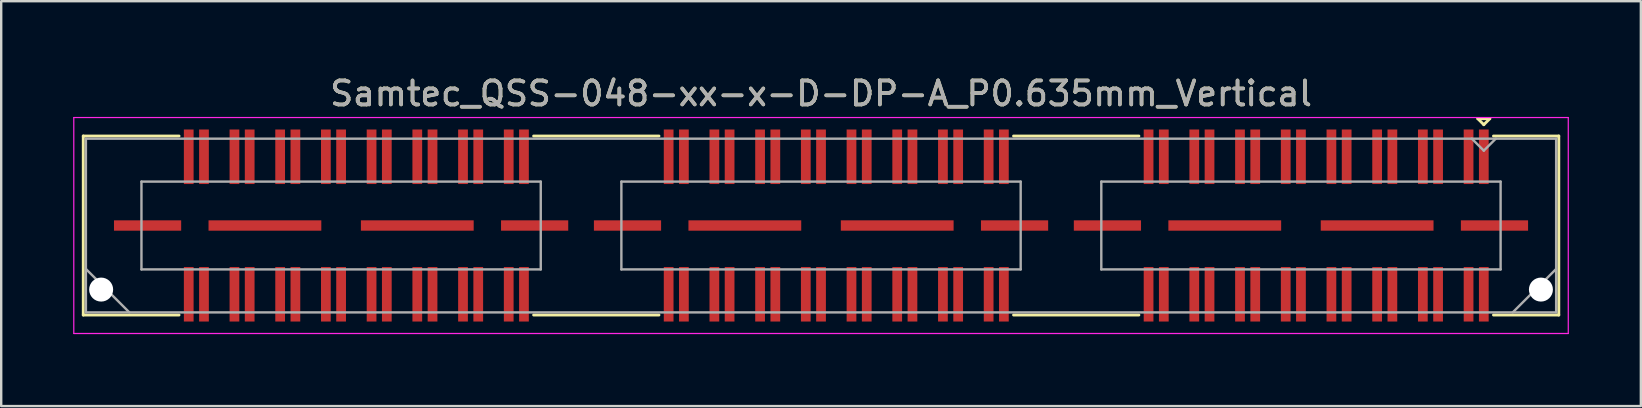
<source format=kicad_pcb>
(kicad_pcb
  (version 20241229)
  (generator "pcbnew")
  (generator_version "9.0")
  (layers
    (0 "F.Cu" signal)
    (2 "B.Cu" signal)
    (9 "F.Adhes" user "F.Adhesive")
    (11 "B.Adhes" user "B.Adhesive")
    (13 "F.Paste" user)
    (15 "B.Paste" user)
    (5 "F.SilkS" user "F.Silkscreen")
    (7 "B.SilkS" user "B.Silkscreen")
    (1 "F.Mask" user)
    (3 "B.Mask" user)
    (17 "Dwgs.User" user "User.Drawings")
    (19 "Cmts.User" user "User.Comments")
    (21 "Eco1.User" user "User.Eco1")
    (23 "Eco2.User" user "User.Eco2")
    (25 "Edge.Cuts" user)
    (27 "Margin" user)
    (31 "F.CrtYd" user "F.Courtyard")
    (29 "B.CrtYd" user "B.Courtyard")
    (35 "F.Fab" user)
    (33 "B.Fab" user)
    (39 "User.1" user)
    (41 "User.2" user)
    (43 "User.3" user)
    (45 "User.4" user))
  (footprint "Samtec_QSS-048-xx-x-D-DP-A_P0.635mm_Vertical"
    (layer "F.Cu")
    (at 31.165 6.348)
    (property "Reference" "Samtec_QSS-048-xx-x-D-DP-A_P0.635mm_Vertical" (at 0 -5.5 0) (layer "F.SilkS") (effects (font (size 1 1) (thickness 0.15))))
    (attr smd)
    (fp_line (start -30.745 -3.73) (end -26.753 -3.73) (stroke (width 0.12) (type solid)) (layer "F.SilkS"))
    (fp_line (start -30.745 3.73) (end -30.745 -3.73) (stroke (width 0.12) (type solid)) (layer "F.SilkS"))
    (fp_line (start -26.753 3.73) (end -30.745 3.73) (stroke (width 0.12) (type solid)) (layer "F.SilkS"))
    (fp_line (start -6.753 -3.73) (end -11.977 -3.73) (stroke (width 0.12) (type solid)) (layer "F.SilkS"))
    (fp_line (start -6.753 3.73) (end -11.977 3.73) (stroke (width 0.12) (type solid)) (layer "F.SilkS"))
    (fp_line (start 13.247 -3.73) (end 8.023 -3.73) (stroke (width 0.12) (type solid)) (layer "F.SilkS"))
    (fp_line (start 13.247 3.73) (end 8.023 3.73) (stroke (width 0.12) (type solid)) (layer "F.SilkS"))
    (fp_line (start 27.37 -4.452) (end 27.87 -4.452) (stroke (width 0.12) (type solid)) (layer "F.SilkS"))
    (fp_line (start 27.62 -4.202) (end 27.37 -4.452) (stroke (width 0.12) (type solid)) (layer "F.SilkS"))
    (fp_line (start 27.87 -4.452) (end 27.62 -4.202) (stroke (width 0.12) (type solid)) (layer "F.SilkS"))
    (fp_line (start 28.023 3.73) (end 30.745 3.73) (stroke (width 0.12) (type solid)) (layer "F.SilkS"))
    (fp_line (start 30.745 -3.73) (end 28.023 -3.73) (stroke (width 0.12) (type solid)) (layer "F.SilkS"))
    (fp_line (start 30.745 3.73) (end 30.745 -3.73) (stroke (width 0.12) (type solid)) (layer "F.SilkS"))
    (fp_line (start -31.14 -4.5) (end -31.14 4.5) (stroke (width 0.05) (type solid)) (layer "F.CrtYd"))
    (fp_line (start -31.14 4.5) (end 31.14 4.5) (stroke (width 0.05) (type solid)) (layer "F.CrtYd"))
    (fp_line (start 31.14 -4.5) (end -31.14 -4.5) (stroke (width 0.05) (type solid)) (layer "F.CrtYd"))
    (fp_line (start 31.14 4.5) (end 31.14 -4.5) (stroke (width 0.05) (type solid)) (layer "F.CrtYd"))
    (fp_line (start -30.635 -3.62) (end -30.635 3.62) (stroke (width 0.1) (type solid)) (layer "F.Fab"))
    (fp_line (start -30.635 1.81) (end -28.825 3.62) (stroke (width 0.1) (type solid)) (layer "F.Fab"))
    (fp_line (start -30.635 3.62) (end 30.635 3.62) (stroke (width 0.1) (type solid)) (layer "F.Fab"))
    (fp_line (start -28.32 -1.83) (end -28.32 1.83) (stroke (width 0.1) (type solid)) (layer "F.Fab"))
    (fp_line (start -28.32 1.83) (end -11.68 1.83) (stroke (width 0.1) (type solid)) (layer "F.Fab"))
    (fp_line (start -11.68 -1.83) (end -28.32 -1.83) (stroke (width 0.1) (type solid)) (layer "F.Fab"))
    (fp_line (start -11.68 1.83) (end -11.68 -1.83) (stroke (width 0.1) (type solid)) (layer "F.Fab"))
    (fp_line (start -8.32 -1.83) (end -8.32 1.83) (stroke (width 0.1) (type solid)) (layer "F.Fab"))
    (fp_line (start -8.32 1.83) (end 8.32 1.83) (stroke (width 0.1) (type solid)) (layer "F.Fab"))
    (fp_line (start 8.32 -1.83) (end -8.32 -1.83) (stroke (width 0.1) (type solid)) (layer "F.Fab"))
    (fp_line (start 8.32 1.83) (end 8.32 -1.83) (stroke (width 0.1) (type solid)) (layer "F.Fab"))
    (fp_line (start 11.68 -1.83) (end 11.68 1.83) (stroke (width 0.1) (type solid)) (layer "F.Fab"))
    (fp_line (start 11.68 1.83) (end 28.32 1.83) (stroke (width 0.1) (type solid)) (layer "F.Fab"))
    (fp_line (start 27.62 -3.12) (end 27.12 -3.62) (stroke (width 0.1) (type solid)) (layer "F.Fab"))
    (fp_line (start 28.12 -3.62) (end 27.62 -3.12) (stroke (width 0.1) (type solid)) (layer "F.Fab"))
    (fp_line (start 28.32 -1.83) (end 11.68 -1.83) (stroke (width 0.1) (type solid)) (layer "F.Fab"))
    (fp_line (start 28.32 1.83) (end 28.32 -1.83) (stroke (width 0.1) (type solid)) (layer "F.Fab"))
    (fp_line (start 30.635 -3.62) (end -30.635 -3.62) (stroke (width 0.1) (type solid)) (layer "F.Fab"))
    (fp_line (start 30.635 1.81) (end 28.825 3.62) (stroke (width 0.1) (type solid)) (layer "F.Fab"))
    (fp_line (start 30.635 3.62) (end 30.635 -3.62) (stroke (width 0.1) (type solid)) (layer "F.Fab"))
    (fp_text user "${REFERENCE}" (at 0 -5.5 0) (layer "F.Fab") (effects (font (size 1 1) (thickness 0.15))))
    (pad "" np_thru_hole circle (at -30 2.67) (size 1 1) (drill 1) (layers "*.Cu" "*.Mask"))
    (pad "" np_thru_hole circle (at 30 2.67) (size 1 1) (drill 1) (layers "*.Cu" "*.Mask"))
    (pad "1" smd rect (at 27.62 -2.865) (size 0.406 2.273) (layers "F.Cu" "F.Mask" "F.Paste"))
    (pad "2" smd rect (at 27.62 2.865) (size 0.406 2.273) (layers "F.Cu" "F.Mask" "F.Paste"))
    (pad "3" smd rect (at 26.985 -2.865) (size 0.406 2.273) (layers "F.Cu" "F.Mask" "F.Paste"))
    (pad "4" smd rect (at 26.985 2.865) (size 0.406 2.273) (layers "F.Cu" "F.Mask" "F.Paste"))
    (pad "5" smd rect (at 25.715 -2.865) (size 0.406 2.273) (layers "F.Cu" "F.Mask" "F.Paste"))
    (pad "6" smd rect (at 25.715 2.865) (size 0.406 2.273) (layers "F.Cu" "F.Mask" "F.Paste"))
    (pad "7" smd rect (at 25.08 -2.865) (size 0.406 2.273) (layers "F.Cu" "F.Mask" "F.Paste"))
    (pad "8" smd rect (at 25.08 2.865) (size 0.406 2.273) (layers "F.Cu" "F.Mask" "F.Paste"))
    (pad "9" smd rect (at 23.81 -2.865) (size 0.406 2.273) (layers "F.Cu" "F.Mask" "F.Paste"))
    (pad "10" smd rect (at 23.81 2.865) (size 0.406 2.273) (layers "F.Cu" "F.Mask" "F.Paste"))
    (pad "11" smd rect (at 23.175 -2.865) (size 0.406 2.273) (layers "F.Cu" "F.Mask" "F.Paste"))
    (pad "12" smd rect (at 23.175 2.865) (size 0.406 2.273) (layers "F.Cu" "F.Mask" "F.Paste"))
    (pad "13" smd rect (at 21.905 -2.865) (size 0.406 2.273) (layers "F.Cu" "F.Mask" "F.Paste"))
    (pad "14" smd rect (at 21.905 2.865) (size 0.406 2.273) (layers "F.Cu" "F.Mask" "F.Paste"))
    (pad "15" smd rect (at 21.27 -2.865) (size 0.406 2.273) (layers "F.Cu" "F.Mask" "F.Paste"))
    (pad "16" smd rect (at 21.27 2.865) (size 0.406 2.273) (layers "F.Cu" "F.Mask" "F.Paste"))
    (pad "17" smd rect (at 20 -2.865) (size 0.406 2.273) (layers "F.Cu" "F.Mask" "F.Paste"))
    (pad "18" smd rect (at 20 2.865) (size 0.406 2.273) (layers "F.Cu" "F.Mask" "F.Paste"))
    (pad "19" smd rect (at 19.365 -2.865) (size 0.406 2.273) (layers "F.Cu" "F.Mask" "F.Paste"))
    (pad "20" smd rect (at 19.365 2.865) (size 0.406 2.273) (layers "F.Cu" "F.Mask" "F.Paste"))
    (pad "21" smd rect (at 18.095 -2.865) (size 0.406 2.273) (layers "F.Cu" "F.Mask" "F.Paste"))
    (pad "22" smd rect (at 18.095 2.865) (size 0.406 2.273) (layers "F.Cu" "F.Mask" "F.Paste"))
    (pad "23" smd rect (at 17.46 -2.865) (size 0.406 2.273) (layers "F.Cu" "F.Mask" "F.Paste"))
    (pad "24" smd rect (at 17.46 2.865) (size 0.406 2.273) (layers "F.Cu" "F.Mask" "F.Paste"))
    (pad "25" smd rect (at 16.19 -2.865) (size 0.406 2.273) (layers "F.Cu" "F.Mask" "F.Paste"))
    (pad "26" smd rect (at 16.19 2.865) (size 0.406 2.273) (layers "F.Cu" "F.Mask" "F.Paste"))
    (pad "27" smd rect (at 15.555 -2.865) (size 0.406 2.273) (layers "F.Cu" "F.Mask" "F.Paste"))
    (pad "28" smd rect (at 15.555 2.865) (size 0.406 2.273) (layers "F.Cu" "F.Mask" "F.Paste"))
    (pad "29" smd rect (at 14.285 -2.865) (size 0.406 2.273) (layers "F.Cu" "F.Mask" "F.Paste"))
    (pad "30" smd rect (at 14.285 2.865) (size 0.406 2.273) (layers "F.Cu" "F.Mask" "F.Paste"))
    (pad "31" smd rect (at 13.65 -2.865) (size 0.406 2.273) (layers "F.Cu" "F.Mask" "F.Paste"))
    (pad "32" smd rect (at 13.65 2.865) (size 0.406 2.273) (layers "F.Cu" "F.Mask" "F.Paste"))
    (pad "33" smd rect (at 7.62 -2.865) (size 0.406 2.273) (layers "F.Cu" "F.Mask" "F.Paste"))
    (pad "34" smd rect (at 7.62 2.865) (size 0.406 2.273) (layers "F.Cu" "F.Mask" "F.Paste"))
    (pad "35" smd rect (at 6.985 -2.865) (size 0.406 2.273) (layers "F.Cu" "F.Mask" "F.Paste"))
    (pad "36" smd rect (at 6.985 2.865) (size 0.406 2.273) (layers "F.Cu" "F.Mask" "F.Paste"))
    (pad "37" smd rect (at 5.715 -2.865) (size 0.406 2.273) (layers "F.Cu" "F.Mask" "F.Paste"))
    (pad "38" smd rect (at 5.715 2.865) (size 0.406 2.273) (layers "F.Cu" "F.Mask" "F.Paste"))
    (pad "39" smd rect (at 5.08 -2.865) (size 0.406 2.273) (layers "F.Cu" "F.Mask" "F.Paste"))
    (pad "40" smd rect (at 5.08 2.865) (size 0.406 2.273) (layers "F.Cu" "F.Mask" "F.Paste"))
    (pad "41" smd rect (at 3.81 -2.865) (size 0.406 2.273) (layers "F.Cu" "F.Mask" "F.Paste"))
    (pad "42" smd rect (at 3.81 2.865) (size 0.406 2.273) (layers "F.Cu" "F.Mask" "F.Paste"))
    (pad "43" smd rect (at 3.175 -2.865) (size 0.406 2.273) (layers "F.Cu" "F.Mask" "F.Paste"))
    (pad "44" smd rect (at 3.175 2.865) (size 0.406 2.273) (layers "F.Cu" "F.Mask" "F.Paste"))
    (pad "45" smd rect (at 1.905 -2.865) (size 0.406 2.273) (layers "F.Cu" "F.Mask" "F.Paste"))
    (pad "46" smd rect (at 1.905 2.865) (size 0.406 2.273) (layers "F.Cu" "F.Mask" "F.Paste"))
    (pad "47" smd rect (at 1.27 -2.865) (size 0.406 2.273) (layers "F.Cu" "F.Mask" "F.Paste"))
    (pad "48" smd rect (at 1.27 2.865) (size 0.406 2.273) (layers "F.Cu" "F.Mask" "F.Paste"))
    (pad "49" smd rect (at 0 -2.865) (size 0.406 2.273) (layers "F.Cu" "F.Mask" "F.Paste"))
    (pad "50" smd rect (at 0 2.865) (size 0.406 2.273) (layers "F.Cu" "F.Mask" "F.Paste"))
    (pad "51" smd rect (at -0.635 -2.865) (size 0.406 2.273) (layers "F.Cu" "F.Mask" "F.Paste"))
    (pad "52" smd rect (at -0.635 2.865) (size 0.406 2.273) (layers "F.Cu" "F.Mask" "F.Paste"))
    (pad "53" smd rect (at -1.905 -2.865) (size 0.406 2.273) (layers "F.Cu" "F.Mask" "F.Paste"))
    (pad "54" smd rect (at -1.905 2.865) (size 0.406 2.273) (layers "F.Cu" "F.Mask" "F.Paste"))
    (pad "55" smd rect (at -2.54 -2.865) (size 0.406 2.273) (layers "F.Cu" "F.Mask" "F.Paste"))
    (pad "56" smd rect (at -2.54 2.865) (size 0.406 2.273) (layers "F.Cu" "F.Mask" "F.Paste"))
    (pad "57" smd rect (at -3.81 -2.865) (size 0.406 2.273) (layers "F.Cu" "F.Mask" "F.Paste"))
    (pad "58" smd rect (at -3.81 2.865) (size 0.406 2.273) (layers "F.Cu" "F.Mask" "F.Paste"))
    (pad "59" smd rect (at -4.445 -2.865) (size 0.406 2.273) (layers "F.Cu" "F.Mask" "F.Paste"))
    (pad "60" smd rect (at -4.445 2.865) (size 0.406 2.273) (layers "F.Cu" "F.Mask" "F.Paste"))
    (pad "61" smd rect (at -5.715 -2.865) (size 0.406 2.273) (layers "F.Cu" "F.Mask" "F.Paste"))
    (pad "62" smd rect (at -5.715 2.865) (size 0.406 2.273) (layers "F.Cu" "F.Mask" "F.Paste"))
    (pad "63" smd rect (at -6.35 -2.865) (size 0.406 2.273) (layers "F.Cu" "F.Mask" "F.Paste"))
    (pad "64" smd rect (at -6.35 2.865) (size 0.406 2.273) (layers "F.Cu" "F.Mask" "F.Paste"))
    (pad "65" smd rect (at -12.38 -2.865) (size 0.406 2.273) (layers "F.Cu" "F.Mask" "F.Paste"))
    (pad "66" smd rect (at -12.38 2.865) (size 0.406 2.273) (layers "F.Cu" "F.Mask" "F.Paste"))
    (pad "67" smd rect (at -13.015 -2.865) (size 0.406 2.273) (layers "F.Cu" "F.Mask" "F.Paste"))
    (pad "68" smd rect (at -13.015 2.865) (size 0.406 2.273) (layers "F.Cu" "F.Mask" "F.Paste"))
    (pad "69" smd rect (at -14.285 -2.865) (size 0.406 2.273) (layers "F.Cu" "F.Mask" "F.Paste"))
    (pad "70" smd rect (at -14.285 2.865) (size 0.406 2.273) (layers "F.Cu" "F.Mask" "F.Paste"))
    (pad "71" smd rect (at -14.92 -2.865) (size 0.406 2.273) (layers "F.Cu" "F.Mask" "F.Paste"))
    (pad "72" smd rect (at -14.92 2.865) (size 0.406 2.273) (layers "F.Cu" "F.Mask" "F.Paste"))
    (pad "73" smd rect (at -16.19 -2.865) (size 0.406 2.273) (layers "F.Cu" "F.Mask" "F.Paste"))
    (pad "74" smd rect (at -16.19 2.865) (size 0.406 2.273) (layers "F.Cu" "F.Mask" "F.Paste"))
    (pad "75" smd rect (at -16.825 -2.865) (size 0.406 2.273) (layers "F.Cu" "F.Mask" "F.Paste"))
    (pad "76" smd rect (at -16.825 2.865) (size 0.406 2.273) (layers "F.Cu" "F.Mask" "F.Paste"))
    (pad "77" smd rect (at -18.095 -2.865) (size 0.406 2.273) (layers "F.Cu" "F.Mask" "F.Paste"))
    (pad "78" smd rect (at -18.095 2.865) (size 0.406 2.273) (layers "F.Cu" "F.Mask" "F.Paste"))
    (pad "79" smd rect (at -18.73 -2.865) (size 0.406 2.273) (layers "F.Cu" "F.Mask" "F.Paste"))
    (pad "80" smd rect (at -18.73 2.865) (size 0.406 2.273) (layers "F.Cu" "F.Mask" "F.Paste"))
    (pad "81" smd rect (at -20 -2.865) (size 0.406 2.273) (layers "F.Cu" "F.Mask" "F.Paste"))
    (pad "82" smd rect (at -20 2.865) (size 0.406 2.273) (layers "F.Cu" "F.Mask" "F.Paste"))
    (pad "83" smd rect (at -20.635 -2.865) (size 0.406 2.273) (layers "F.Cu" "F.Mask" "F.Paste"))
    (pad "84" smd rect (at -20.635 2.865) (size 0.406 2.273) (layers "F.Cu" "F.Mask" "F.Paste"))
    (pad "85" smd rect (at -21.905 -2.865) (size 0.406 2.273) (layers "F.Cu" "F.Mask" "F.Paste"))
    (pad "86" smd rect (at -21.905 2.865) (size 0.406 2.273) (layers "F.Cu" "F.Mask" "F.Paste"))
    (pad "87" smd rect (at -22.54 -2.865) (size 0.406 2.273) (layers "F.Cu" "F.Mask" "F.Paste"))
    (pad "88" smd rect (at -22.54 2.865) (size 0.406 2.273) (layers "F.Cu" "F.Mask" "F.Paste"))
    (pad "89" smd rect (at -23.81 -2.865) (size 0.406 2.273) (layers "F.Cu" "F.Mask" "F.Paste"))
    (pad "90" smd rect (at -23.81 2.865) (size 0.406 2.273) (layers "F.Cu" "F.Mask" "F.Paste"))
    (pad "91" smd rect (at -24.445 -2.865) (size 0.406 2.273) (layers "F.Cu" "F.Mask" "F.Paste"))
    (pad "92" smd rect (at -24.445 2.865) (size 0.406 2.273) (layers "F.Cu" "F.Mask" "F.Paste"))
    (pad "93" smd rect (at -25.715 -2.865) (size 0.406 2.273) (layers "F.Cu" "F.Mask" "F.Paste"))
    (pad "94" smd rect (at -25.715 2.865) (size 0.406 2.273) (layers "F.Cu" "F.Mask" "F.Paste"))
    (pad "95" smd rect (at -26.35 -2.865) (size 0.406 2.273) (layers "F.Cu" "F.Mask" "F.Paste"))
    (pad "96" smd rect (at -26.35 2.865) (size 0.406 2.273) (layers "F.Cu" "F.Mask" "F.Paste"))
    (pad "P1" smd rect (at 11.935 0) (size 2.8 0.432) (layers "F.Cu" "F.Mask" "F.Paste"))
    (pad "P1" smd rect (at 16.825 0) (size 4.7 0.432) (layers "F.Cu" "F.Mask" "F.Paste"))
    (pad "P1" smd rect (at 23.175 0) (size 4.7 0.432) (layers "F.Cu" "F.Mask" "F.Paste"))
    (pad "P1" smd rect (at 28.065 0) (size 2.8 0.432) (layers "F.Cu" "F.Mask" "F.Paste"))
    (pad "P2" smd rect (at -8.065 0) (size 2.8 0.432) (layers "F.Cu" "F.Mask" "F.Paste"))
    (pad "P2" smd rect (at -3.175 0) (size 4.7 0.432) (layers "F.Cu" "F.Mask" "F.Paste"))
    (pad "P2" smd rect (at 3.175 0) (size 4.7 0.432) (layers "F.Cu" "F.Mask" "F.Paste"))
    (pad "P2" smd rect (at 8.065 0) (size 2.8 0.432) (layers "F.Cu" "F.Mask" "F.Paste"))
    (pad "P3" smd rect (at -28.065 0) (size 2.8 0.432) (layers "F.Cu" "F.Mask" "F.Paste"))
    (pad "P3" smd rect (at -23.175 0) (size 4.7 0.432) (layers "F.Cu" "F.Mask" "F.Paste"))
    (pad "P3" smd rect (at -16.825 0) (size 4.7 0.432) (layers "F.Cu" "F.Mask" "F.Paste"))
    (pad "P3" smd rect (at -11.935 0) (size 2.8 0.432) (layers "F.Cu" "F.Mask" "F.Paste")))
  (gr_rect
    (start -3 -3)
    (end 65.33 13.873)
    (stroke (width 0.1) (type default))
    (fill no)
    (layer "Edge.Cuts")))
</source>
